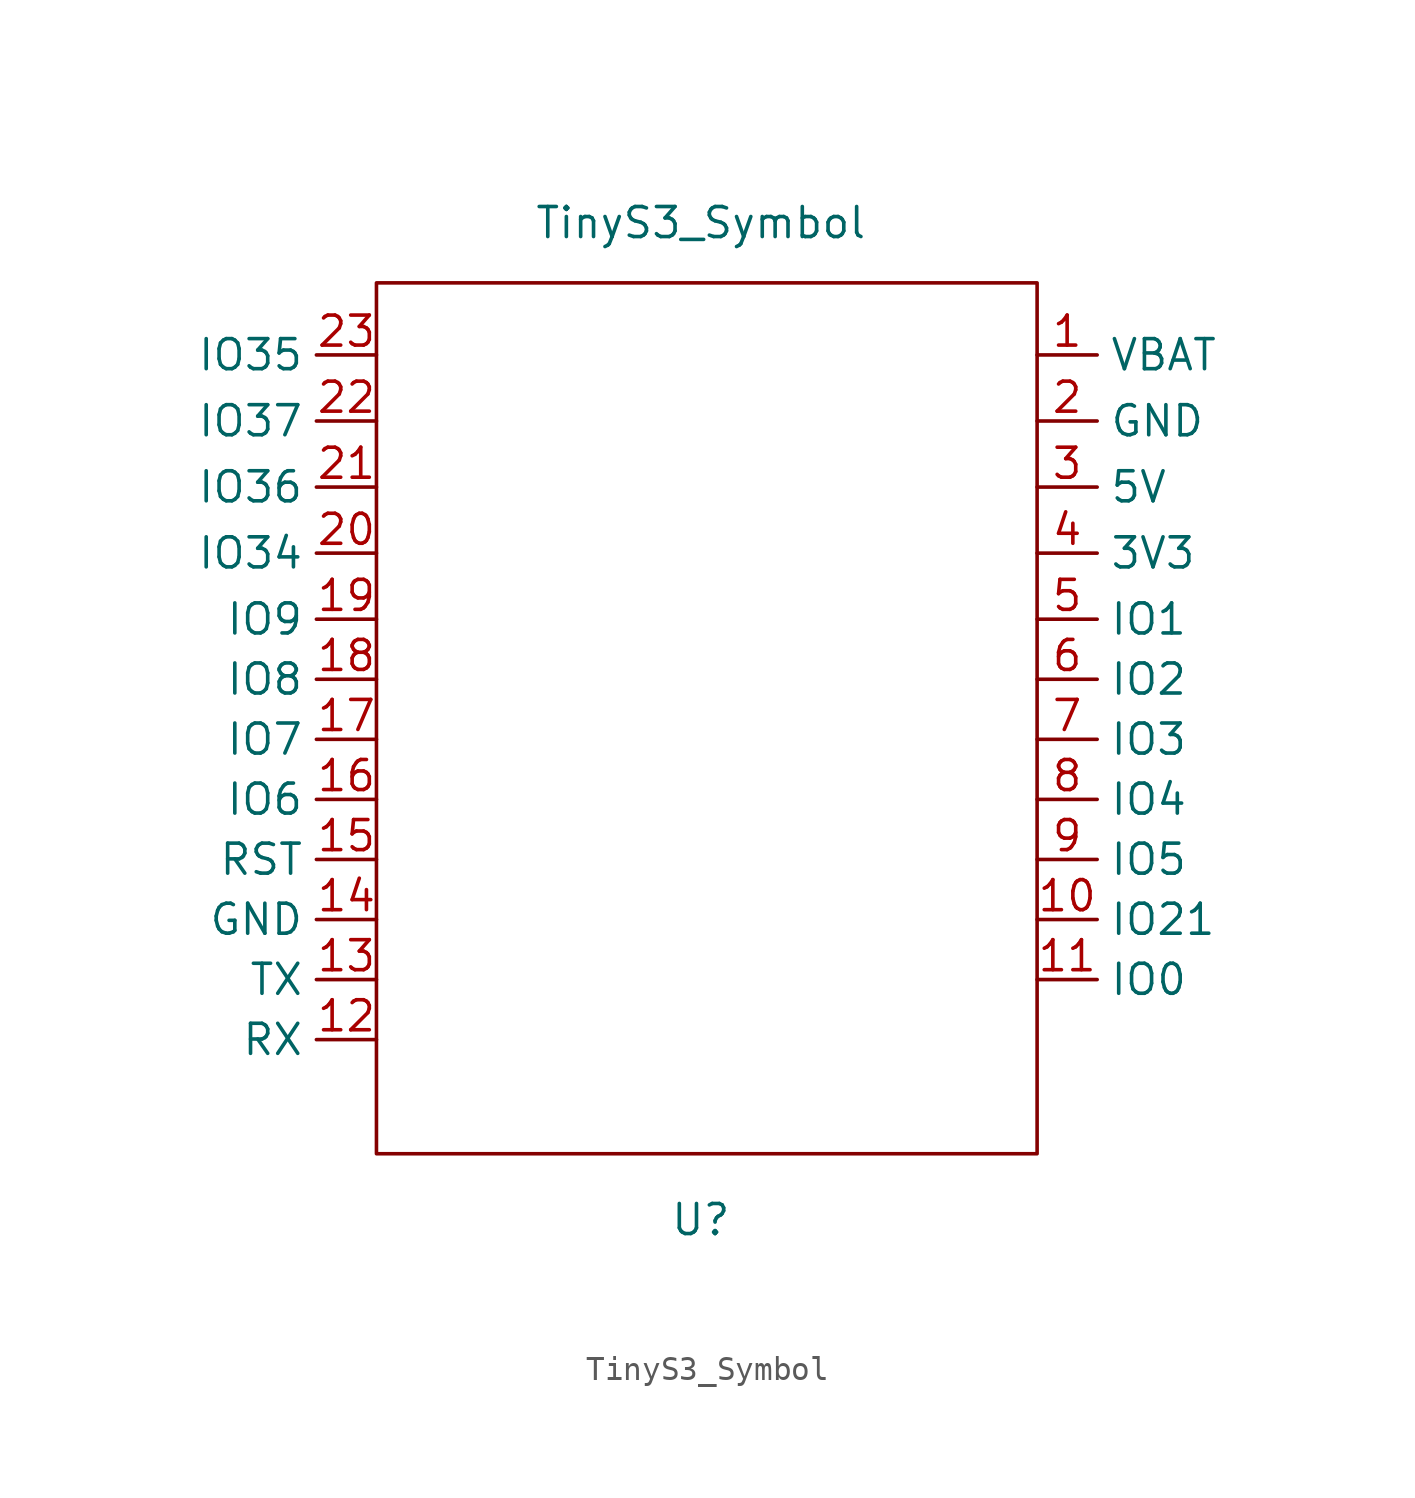
<source format=kicad_sym>
(kicad_symbol_lib
  (version 20211014)
  (generator kicad_symbol_editor)
  (symbol "TinyS3_Symbol"
    (property "Reference" "U"
      (at -0.508 -20.32 0)
      (effects (font (size 1.27 1.27))))
    (property "Value" "TinyS3_Symbol"
      (at -0.508 21.844 0)
      (effects (font (size 1.27 1.27))))
    (symbol "TinyS3_Symbol_0_1"
      (rectangle (start 13.716 -17.526) (end -14.224 19.304) (stroke (width 0.152) (type default) (color 0 0 0 0)) (fill (type none))))
    (symbol "TinyS3_Symbol_1_1"
      (pin power_in line (at 13.716 16.256 0) (length 2.54) (name "VBAT" (effects (font (size 1.27 1.27)))) (number "1" (effects (font (size 1.27 1.27)))))
      (pin bidirectional line (at 13.716 -7.62 0) (length 2.54) (name "IO21" (effects (font (size 1.27 1.27)))) (number "10" (effects (font (size 1.27 1.27)))))
      (pin bidirectional line (at 13.716 -10.16 0) (length 2.54) (name "IO0" (effects (font (size 1.27 1.27)))) (number "11" (effects (font (size 1.27 1.27)))))
      (pin bidirectional line (at -14.224 -12.7 180) (length 2.54) (name "RX" (effects (font (size 1.27 1.27)))) (number "12" (effects (font (size 1.27 1.27)))))
      (pin bidirectional line (at -14.224 -10.16 180) (length 2.54) (name "TX" (effects (font (size 1.27 1.27)))) (number "13" (effects (font (size 1.27 1.27)))))
      (pin power_in line (at -14.224 -7.62 180) (length 2.54) (name "GND" (effects (font (size 1.27 1.27)))) (number "14" (effects (font (size 1.27 1.27)))))
      (pin input line (at -14.224 -5.08 180) (length 2.54) (name "RST" (effects (font (size 1.27 1.27)))) (number "15" (effects (font (size 1.27 1.27)))))
      (pin bidirectional line (at -14.224 -2.54 180) (length 2.54) (name "IO6" (effects (font (size 1.27 1.27)))) (number "16" (effects (font (size 1.27 1.27)))))
      (pin bidirectional line (at -14.224 0 180) (length 2.54) (name "IO7" (effects (font (size 1.27 1.27)))) (number "17" (effects (font (size 1.27 1.27)))))
      (pin bidirectional line (at -14.224 2.54 180) (length 2.54) (name "IO8" (effects (font (size 1.27 1.27)))) (number "18" (effects (font (size 1.27 1.27)))))
      (pin bidirectional line (at -14.224 5.08 180) (length 2.54) (name "IO9" (effects (font (size 1.27 1.27)))) (number "19" (effects (font (size 1.27 1.27)))))
      (pin power_in line (at 13.716 13.462 0) (length 2.54) (name "GND" (effects (font (size 1.27 1.27)))) (number "2" (effects (font (size 1.27 1.27)))))
      (pin bidirectional line (at -14.224 7.874 180) (length 2.54) (name "IO34" (effects (font (size 1.27 1.27)))) (number "20" (effects (font (size 1.27 1.27)))))
      (pin bidirectional line (at -14.224 10.668 180) (length 2.54) (name "IO36" (effects (font (size 1.27 1.27)))) (number "21" (effects (font (size 1.27 1.27)))))
      (pin bidirectional line (at -14.224 13.462 180) (length 2.54) (name "IO37" (effects (font (size 1.27 1.27)))) (number "22" (effects (font (size 1.27 1.27)))))
      (pin bidirectional line (at -14.224 16.256 180) (length 2.54) (name "IO35" (effects (font (size 1.27 1.27)))) (number "23" (effects (font (size 1.27 1.27)))))
      (pin power_in line (at 13.716 10.668 0) (length 2.54) (name "5V" (effects (font (size 1.27 1.27)))) (number "3" (effects (font (size 1.27 1.27)))))
      (pin power_in line (at 13.716 7.874 0) (length 2.54) (name "3V3" (effects (font (size 1.27 1.27)))) (number "4" (effects (font (size 1.27 1.27)))))
      (pin bidirectional line (at 13.716 5.08 0) (length 2.54) (name "IO1" (effects (font (size 1.27 1.27)))) (number "5" (effects (font (size 1.27 1.27)))))
      (pin bidirectional line (at 13.716 2.54 0) (length 2.54) (name "IO2" (effects (font (size 1.27 1.27)))) (number "6" (effects (font (size 1.27 1.27)))))
      (pin bidirectional line (at 13.716 0 0) (length 2.54) (name "IO3" (effects (font (size 1.27 1.27)))) (number "7" (effects (font (size 1.27 1.27)))))
      (pin bidirectional line (at 13.716 -2.54 0) (length 2.54) (name "IO4" (effects (font (size 1.27 1.27)))) (number "8" (effects (font (size 1.27 1.27)))))
      (pin bidirectional line (at 13.716 -5.08 0) (length 2.54) (name "IO5" (effects (font (size 1.27 1.27)))) (number "9" (effects (font (size 1.27 1.27))))))))
</source>
